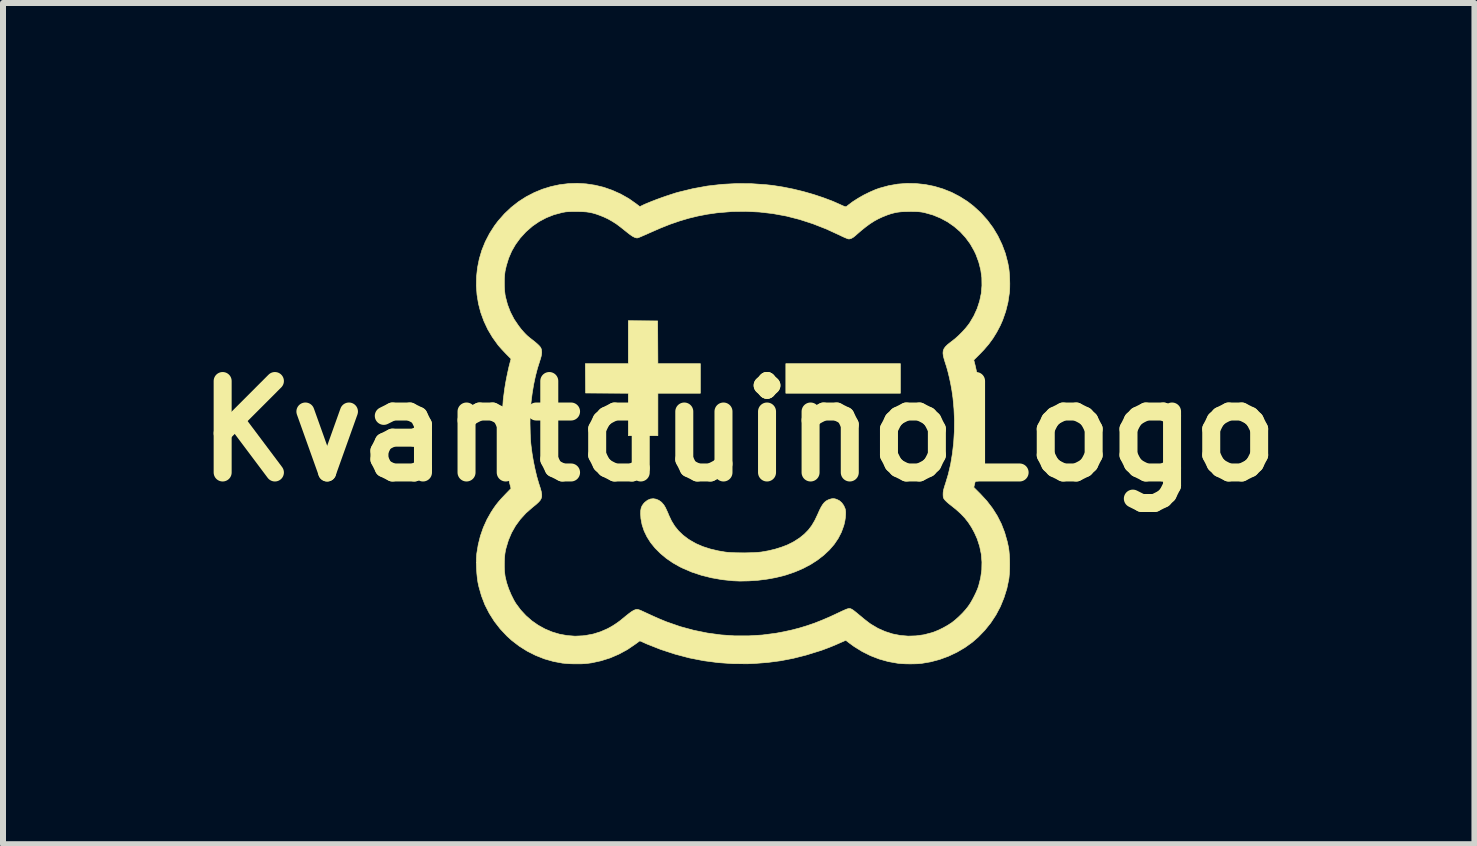
<source format=kicad_pcb>
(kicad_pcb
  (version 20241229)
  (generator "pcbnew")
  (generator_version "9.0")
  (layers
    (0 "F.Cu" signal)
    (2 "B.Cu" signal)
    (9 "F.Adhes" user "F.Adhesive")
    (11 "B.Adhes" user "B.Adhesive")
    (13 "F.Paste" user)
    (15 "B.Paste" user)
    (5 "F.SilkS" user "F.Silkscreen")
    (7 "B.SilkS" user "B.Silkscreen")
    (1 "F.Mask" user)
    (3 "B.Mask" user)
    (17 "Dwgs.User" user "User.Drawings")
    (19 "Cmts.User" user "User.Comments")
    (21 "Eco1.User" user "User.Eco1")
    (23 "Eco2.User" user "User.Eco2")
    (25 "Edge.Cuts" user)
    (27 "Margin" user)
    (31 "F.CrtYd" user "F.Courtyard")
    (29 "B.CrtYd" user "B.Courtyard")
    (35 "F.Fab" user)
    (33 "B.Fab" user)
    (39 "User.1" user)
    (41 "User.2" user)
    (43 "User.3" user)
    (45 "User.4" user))
  (footprint "KvantduinoLogo"
    (layer "F.Cu")
    (at 9.26 4.134)
    (property "Reference" "KvantduinoLogo" (at 0 0 0) (layer "F.SilkS") (effects (font (size 1.524 1.524) (thickness 0.3))))
    (attr through_hole)
    (fp_poly (pts (xy 2.694 -0.631) (xy 0.785 -0.631) (xy 0.785 -1.124) (xy 2.694 -1.124) (xy 2.694 -0.631)) (stroke (width 0.01) (type solid)) (fill yes) (layer "F.SilkS"))
    (fp_poly (pts (xy -1.595 -1.838) (xy -1.351 -1.836) (xy -1.347 -1.124) (xy -0.639 -1.124) (xy -0.639 -0.631) (xy -1.347 -0.631) (xy -1.347 0.077) (xy -1.84 0.077) (xy -1.84 -0.631) (xy -2.552 -0.635) (xy -2.554 -0.879) (xy -2.556 -1.124) (xy -1.84 -1.124) (xy -1.84 -1.84) (xy -1.595 -1.838)) (stroke (width 0.01) (type solid)) (fill yes) (layer "F.SilkS"))
    (fp_poly (pts (xy 1.603 1.128) (xy 1.632 1.137) (xy 1.677 1.159) (xy 1.717 1.194) (xy 1.75 1.24) (xy 1.773 1.293) (xy 1.778 1.314) (xy 1.782 1.347) (xy 1.781 1.391) (xy 1.777 1.442) (xy 1.769 1.496) (xy 1.757 1.55) (xy 1.75 1.576) (xy 1.711 1.684) (xy 1.658 1.787) (xy 1.591 1.886) (xy 1.511 1.979) (xy 1.418 2.066) (xy 1.314 2.147) (xy 1.199 2.221) (xy 1.074 2.287) (xy 0.939 2.345) (xy 0.794 2.395) (xy 0.749 2.408) (xy 0.614 2.441) (xy 0.469 2.467) (xy 0.319 2.486) (xy 0.168 2.496) (xy 0.02 2.499) (xy -0.097 2.494) (xy -0.278 2.475) (xy -0.454 2.444) (xy -0.622 2.402) (xy -0.782 2.349) (xy -0.933 2.284) (xy -0.979 2.262) (xy -1.099 2.194) (xy -1.208 2.119) (xy -1.306 2.037) (xy -1.392 1.951) (xy -1.467 1.859) (xy -1.528 1.763) (xy -1.576 1.664) (xy -1.61 1.562) (xy -1.63 1.458) (xy -1.635 1.374) (xy -1.633 1.321) (xy -1.625 1.279) (xy -1.61 1.244) (xy -1.587 1.211) (xy -1.564 1.186) (xy -1.52 1.152) (xy -1.474 1.132) (xy -1.425 1.126) (xy -1.377 1.134) (xy -1.33 1.154) (xy -1.286 1.186) (xy -1.248 1.23) (xy -1.222 1.273) (xy -1.209 1.301) (xy -1.192 1.337) (xy -1.175 1.376) (xy -1.166 1.399) (xy -1.12 1.497) (xy -1.066 1.584) (xy -1.003 1.662) (xy -0.929 1.733) (xy -0.842 1.799) (xy -0.809 1.82) (xy -0.71 1.876) (xy -0.599 1.924) (xy -0.475 1.964) (xy -0.339 1.996) (xy -0.235 2.014) (xy -0.185 2.02) (xy -0.124 2.024) (xy -0.054 2.027) (xy 0.022 2.028) (xy 0.099 2.029) (xy 0.176 2.027) (xy 0.248 2.025) (xy 0.313 2.021) (xy 0.366 2.016) (xy 0.381 2.014) (xy 0.495 1.994) (xy 0.607 1.967) (xy 0.713 1.934) (xy 0.81 1.897) (xy 0.895 1.855) (xy 0.924 1.839) (xy 1.015 1.78) (xy 1.093 1.717) (xy 1.16 1.649) (xy 1.218 1.573) (xy 1.269 1.486) (xy 1.316 1.387) (xy 1.316 1.387) (xy 1.346 1.319) (xy 1.374 1.264) (xy 1.401 1.221) (xy 1.428 1.188) (xy 1.457 1.164) (xy 1.49 1.146) (xy 1.519 1.135) (xy 1.551 1.127) (xy 1.577 1.125) (xy 1.603 1.128)) (stroke (width 0.01) (type solid)) (fill yes) (layer "F.SilkS"))
    (fp_poly (pts (xy -2.542 -4.12) (xy -2.395 -4.098) (xy -2.25 -4.063) (xy -2.107 -4.013) (xy -1.967 -3.95) (xy -1.832 -3.874) (xy -1.711 -3.789) (xy -1.647 -3.74) (xy -1.617 -3.756) (xy -1.569 -3.779) (xy -1.509 -3.804) (xy -1.44 -3.832) (xy -1.365 -3.861) (xy -1.285 -3.89) (xy -1.205 -3.918) (xy -1.126 -3.944) (xy -1.052 -3.968) (xy -1.001 -3.982) (xy -0.763 -4.04) (xy -0.522 -4.084) (xy -0.279 -4.112) (xy -0.034 -4.125) (xy 0.212 -4.123) (xy 0.457 -4.106) (xy 0.566 -4.094) (xy 0.733 -4.068) (xy 0.904 -4.034) (xy 1.077 -3.992) (xy 1.248 -3.943) (xy 1.413 -3.888) (xy 1.569 -3.829) (xy 1.682 -3.779) (xy 1.721 -3.761) (xy 1.749 -3.749) (xy 1.769 -3.741) (xy 1.783 -3.739) (xy 1.794 -3.742) (xy 1.805 -3.75) (xy 1.82 -3.762) (xy 1.826 -3.767) (xy 1.902 -3.824) (xy 1.99 -3.88) (xy 2.084 -3.934) (xy 2.182 -3.982) (xy 2.278 -4.024) (xy 2.346 -4.048) (xy 2.496 -4.089) (xy 2.648 -4.116) (xy 2.802 -4.128) (xy 2.955 -4.125) (xy 3.108 -4.109) (xy 3.258 -4.079) (xy 3.405 -4.035) (xy 3.548 -3.978) (xy 3.684 -3.907) (xy 3.815 -3.824) (xy 3.914 -3.747) (xy 4.034 -3.637) (xy 4.141 -3.518) (xy 4.236 -3.39) (xy 4.318 -3.254) (xy 4.387 -3.11) (xy 4.443 -2.961) (xy 4.484 -2.804) (xy 4.499 -2.725) (xy 4.506 -2.669) (xy 4.512 -2.603) (xy 4.515 -2.531) (xy 4.517 -2.458) (xy 4.516 -2.388) (xy 4.513 -2.327) (xy 4.511 -2.309) (xy 4.487 -2.149) (xy 4.449 -1.996) (xy 4.398 -1.85) (xy 4.358 -1.759) (xy 4.299 -1.647) (xy 4.236 -1.545) (xy 4.166 -1.449) (xy 4.086 -1.356) (xy 4.016 -1.283) (xy 3.917 -1.185) (xy 3.94 -1.095) (xy 3.986 -0.888) (xy 4.023 -0.674) (xy 4.048 -0.455) (xy 4.056 -0.35) (xy 4.063 -0.127) (xy 4.056 0.1) (xy 4.035 0.33) (xy 4.001 0.561) (xy 3.953 0.792) (xy 3.944 0.828) (xy 3.917 0.937) (xy 4.024 1.044) (xy 4.133 1.162) (xy 4.227 1.284) (xy 4.308 1.412) (xy 4.376 1.546) (xy 4.431 1.688) (xy 4.474 1.839) (xy 4.497 1.943) (xy 4.504 1.999) (xy 4.51 2.065) (xy 4.514 2.139) (xy 4.515 2.217) (xy 4.514 2.294) (xy 4.511 2.367) (xy 4.505 2.432) (xy 4.501 2.466) (xy 4.468 2.624) (xy 4.42 2.777) (xy 4.36 2.924) (xy 4.286 3.064) (xy 4.199 3.196) (xy 4.1 3.319) (xy 3.99 3.433) (xy 3.891 3.519) (xy 3.768 3.607) (xy 3.635 3.685) (xy 3.495 3.751) (xy 3.348 3.805) (xy 3.197 3.845) (xy 3.044 3.871) (xy 3.041 3.871) (xy 2.988 3.876) (xy 2.926 3.878) (xy 2.857 3.879) (xy 2.787 3.878) (xy 2.72 3.875) (xy 2.661 3.87) (xy 2.642 3.867) (xy 2.491 3.84) (xy 2.341 3.798) (xy 2.196 3.742) (xy 2.056 3.672) (xy 1.922 3.589) (xy 1.848 3.535) (xy 1.784 3.486) (xy 1.679 3.532) (xy 1.611 3.562) (xy 1.553 3.586) (xy 1.501 3.607) (xy 1.45 3.626) (xy 1.397 3.646) (xy 1.339 3.665) (xy 1.123 3.732) (xy 0.91 3.786) (xy 0.697 3.827) (xy 0.483 3.855) (xy 0.263 3.872) (xy 0.146 3.877) (xy -0.098 3.875) (xy -0.341 3.858) (xy -0.584 3.826) (xy -0.824 3.779) (xy -1.062 3.716) (xy -1.298 3.639) (xy -1.531 3.547) (xy -1.595 3.518) (xy -1.648 3.495) (xy -1.719 3.547) (xy -1.854 3.639) (xy -1.996 3.716) (xy -2.142 3.779) (xy -2.294 3.827) (xy -2.45 3.861) (xy -2.524 3.871) (xy -2.57 3.875) (xy -2.626 3.878) (xy -2.689 3.878) (xy -2.755 3.878) (xy -2.819 3.876) (xy -2.878 3.872) (xy -2.927 3.867) (xy -2.933 3.867) (xy -3.088 3.838) (xy -3.239 3.795) (xy -3.385 3.737) (xy -3.526 3.666) (xy -3.659 3.582) (xy -3.784 3.486) (xy -3.863 3.414) (xy -3.974 3.296) (xy -4.072 3.17) (xy -4.157 3.036) (xy -4.229 2.895) (xy -4.286 2.747) (xy -4.33 2.593) (xy -4.346 2.519) (xy -4.356 2.45) (xy -4.364 2.371) (xy -4.369 2.287) (xy -4.372 2.203) (xy -4.371 2.123) (xy -4.366 2.053) (xy -4.365 2.04) (xy -4.341 1.894) (xy -4.305 1.749) (xy -4.256 1.608) (xy -4.195 1.473) (xy -4.126 1.351) (xy -4.085 1.288) (xy -4.046 1.233) (xy -4.005 1.181) (xy -3.959 1.128) (xy -3.905 1.071) (xy -3.892 1.057) (xy -3.794 0.956) (xy -3.817 0.869) (xy -3.869 0.644) (xy -3.907 0.414) (xy -3.932 0.181) (xy -3.943 -0.055) (xy -3.94 -0.29) (xy -3.924 -0.523) (xy -3.901 -0.7) (xy -3.886 -0.793) (xy -3.868 -0.89) (xy -3.848 -0.985) (xy -3.828 -1.075) (xy -3.818 -1.114) (xy -3.794 -1.204) (xy -3.878 -1.289) (xy -3.912 -1.325) (xy -3.948 -1.363) (xy -3.98 -1.399) (xy -4.007 -1.43) (xy -4.011 -1.435) (xy -4.103 -1.563) (xy -4.182 -1.696) (xy -4.247 -1.835) (xy -4.299 -1.978) (xy -4.337 -2.124) (xy -4.361 -2.272) (xy -4.372 -2.422) (xy -4.371 -2.477) (xy -3.906 -2.477) (xy -3.905 -2.406) (xy -3.901 -2.337) (xy -3.894 -2.276) (xy -3.888 -2.242) (xy -3.853 -2.109) (xy -3.805 -1.984) (xy -3.744 -1.866) (xy -3.668 -1.754) (xy -3.621 -1.693) (xy -3.584 -1.651) (xy -3.552 -1.617) (xy -3.52 -1.586) (xy -3.483 -1.555) (xy -3.452 -1.531) (xy -3.401 -1.491) (xy -3.361 -1.457) (xy -3.331 -1.429) (xy -3.309 -1.404) (xy -3.295 -1.381) (xy -3.287 -1.357) (xy -3.284 -1.331) (xy -3.283 -1.308) (xy -3.286 -1.279) (xy -3.292 -1.247) (xy -3.303 -1.208) (xy -3.316 -1.166) (xy -3.354 -1.046) (xy -3.388 -0.915) (xy -3.418 -0.774) (xy -3.442 -0.628) (xy -3.461 -0.478) (xy -3.472 -0.354) (xy -3.476 -0.288) (xy -3.477 -0.211) (xy -3.478 -0.127) (xy -3.476 -0.04) (xy -3.474 0.046) (xy -3.47 0.128) (xy -3.465 0.2) (xy -3.46 0.246) (xy -3.443 0.376) (xy -3.421 0.506) (xy -3.395 0.631) (xy -3.367 0.75) (xy -3.336 0.858) (xy -3.325 0.893) (xy -3.304 0.957) (xy -3.29 1.01) (xy -3.283 1.053) (xy -3.283 1.09) (xy -3.292 1.123) (xy -3.31 1.155) (xy -3.339 1.187) (xy -3.378 1.223) (xy -3.429 1.264) (xy -3.441 1.274) (xy -3.547 1.367) (xy -3.639 1.468) (xy -3.719 1.577) (xy -3.785 1.693) (xy -3.838 1.818) (xy -3.878 1.951) (xy -3.888 1.994) (xy -3.897 2.049) (xy -3.903 2.116) (xy -3.906 2.188) (xy -3.906 2.262) (xy -3.903 2.334) (xy -3.896 2.397) (xy -3.892 2.425) (xy -3.869 2.523) (xy -3.835 2.625) (xy -3.793 2.725) (xy -3.746 2.819) (xy -3.715 2.871) (xy -3.636 2.978) (xy -3.547 3.074) (xy -3.449 3.16) (xy -3.343 3.234) (xy -3.229 3.297) (xy -3.11 3.347) (xy -2.986 3.384) (xy -2.858 3.407) (xy -2.728 3.417) (xy -2.598 3.411) (xy -2.555 3.406) (xy -2.426 3.382) (xy -2.304 3.344) (xy -2.185 3.292) (xy -2.139 3.267) (xy -2.096 3.242) (xy -2.056 3.216) (xy -2.015 3.188) (xy -1.972 3.156) (xy -1.923 3.116) (xy -1.882 3.082) (xy -1.83 3.041) (xy -1.788 3.01) (xy -1.752 2.988) (xy -1.723 2.976) (xy -1.697 2.971) (xy -1.694 2.971) (xy -1.67 2.975) (xy -1.638 2.986) (xy -1.601 3.003) (xy -1.536 3.033) (xy -1.467 3.065) (xy -1.396 3.097) (xy -1.328 3.127) (xy -1.265 3.153) (xy -1.212 3.175) (xy -1.196 3.181) (xy -0.974 3.258) (xy -0.749 3.319) (xy -0.523 3.365) (xy -0.295 3.396) (xy -0.066 3.412) (xy 0.164 3.412) (xy 0.393 3.398) (xy 0.623 3.368) (xy 0.75 3.344) (xy 0.883 3.315) (xy 1.01 3.282) (xy 1.135 3.244) (xy 1.261 3.201) (xy 1.39 3.15) (xy 1.525 3.092) (xy 1.666 3.026) (xy 1.723 2.999) (xy 1.768 2.979) (xy 1.802 2.965) (xy 1.826 2.958) (xy 1.84 2.956) (xy 1.854 2.957) (xy 1.868 2.961) (xy 1.885 2.969) (xy 1.907 2.983) (xy 1.933 3.003) (xy 1.968 3.031) (xy 2.011 3.067) (xy 2.038 3.089) (xy 2.077 3.122) (xy 2.119 3.155) (xy 2.159 3.186) (xy 2.193 3.211) (xy 2.205 3.219) (xy 2.32 3.287) (xy 2.44 3.34) (xy 2.565 3.38) (xy 2.693 3.405) (xy 2.823 3.416) (xy 2.954 3.412) (xy 3.085 3.394) (xy 3.215 3.36) (xy 3.252 3.348) (xy 3.326 3.318) (xy 3.404 3.28) (xy 3.481 3.237) (xy 3.549 3.193) (xy 3.552 3.191) (xy 3.609 3.146) (xy 3.669 3.092) (xy 3.728 3.034) (xy 3.782 2.974) (xy 3.827 2.917) (xy 3.828 2.915) (xy 3.86 2.868) (xy 3.893 2.811) (xy 3.925 2.75) (xy 3.955 2.688) (xy 3.98 2.63) (xy 3.997 2.582) (xy 4.031 2.448) (xy 4.05 2.315) (xy 4.053 2.182) (xy 4.042 2.05) (xy 4.015 1.92) (xy 3.974 1.794) (xy 3.928 1.692) (xy 3.879 1.602) (xy 3.826 1.521) (xy 3.766 1.445) (xy 3.697 1.373) (xy 3.618 1.302) (xy 3.534 1.235) (xy 3.501 1.209) (xy 3.471 1.183) (xy 3.446 1.159) (xy 3.43 1.141) (xy 3.429 1.14) (xy 3.417 1.122) (xy 3.41 1.105) (xy 3.407 1.085) (xy 3.406 1.056) (xy 3.406 1.048) (xy 3.407 1.022) (xy 3.41 0.998) (xy 3.416 0.971) (xy 3.425 0.939) (xy 3.438 0.897) (xy 3.446 0.874) (xy 3.493 0.717) (xy 3.532 0.549) (xy 3.561 0.373) (xy 3.582 0.191) (xy 3.593 0.006) (xy 3.595 -0.182) (xy 3.587 -0.369) (xy 3.57 -0.554) (xy 3.552 -0.68) (xy 3.533 -0.785) (xy 3.511 -0.889) (xy 3.487 -0.988) (xy 3.462 -1.078) (xy 3.443 -1.135) (xy 3.423 -1.201) (xy 3.409 -1.255) (xy 3.404 -1.301) (xy 3.408 -1.34) (xy 3.422 -1.375) (xy 3.446 -1.408) (xy 3.482 -1.443) (xy 3.53 -1.481) (xy 3.551 -1.497) (xy 3.607 -1.541) (xy 3.665 -1.593) (xy 3.723 -1.651) (xy 3.777 -1.71) (xy 3.823 -1.767) (xy 3.848 -1.801) (xy 3.918 -1.919) (xy 3.974 -2.042) (xy 4.015 -2.168) (xy 4.042 -2.296) (xy 4.053 -2.426) (xy 4.051 -2.557) (xy 4.033 -2.687) (xy 4 -2.816) (xy 3.953 -2.943) (xy 3.924 -3.004) (xy 3.858 -3.12) (xy 3.779 -3.227) (xy 3.69 -3.324) (xy 3.59 -3.41) (xy 3.481 -3.486) (xy 3.364 -3.549) (xy 3.239 -3.601) (xy 3.108 -3.638) (xy 3.074 -3.646) (xy 3.043 -3.651) (xy 3.009 -3.655) (xy 2.97 -3.658) (xy 2.921 -3.659) (xy 2.861 -3.66) (xy 2.852 -3.659) (xy 2.774 -3.658) (xy 2.707 -3.655) (xy 2.648 -3.648) (xy 2.592 -3.637) (xy 2.536 -3.622) (xy 2.476 -3.602) (xy 2.469 -3.599) (xy 2.396 -3.57) (xy 2.327 -3.538) (xy 2.259 -3.501) (xy 2.19 -3.457) (xy 2.119 -3.405) (xy 2.043 -3.344) (xy 1.96 -3.272) (xy 1.947 -3.26) (xy 1.908 -3.229) (xy 1.874 -3.21) (xy 1.842 -3.202) (xy 1.833 -3.202) (xy 1.819 -3.205) (xy 1.793 -3.215) (xy 1.759 -3.229) (xy 1.718 -3.248) (xy 1.681 -3.266) (xy 1.459 -3.368) (xy 1.237 -3.455) (xy 1.015 -3.527) (xy 0.793 -3.584) (xy 0.569 -3.625) (xy 0.345 -3.651) (xy 0.119 -3.662) (xy -0.108 -3.659) (xy -0.338 -3.64) (xy -0.367 -3.637) (xy -0.526 -3.614) (xy -0.681 -3.584) (xy -0.834 -3.547) (xy -0.988 -3.501) (xy -1.145 -3.447) (xy -1.308 -3.382) (xy -1.479 -3.307) (xy -1.493 -3.301) (xy -1.541 -3.279) (xy -1.586 -3.26) (xy -1.625 -3.243) (xy -1.656 -3.23) (xy -1.677 -3.222) (xy -1.683 -3.22) (xy -1.706 -3.22) (xy -1.733 -3.228) (xy -1.767 -3.245) (xy -1.807 -3.272) (xy -1.855 -3.309) (xy -1.89 -3.337) (xy -1.969 -3.4) (xy -2.041 -3.454) (xy -2.111 -3.498) (xy -2.18 -3.537) (xy -2.251 -3.57) (xy -2.314 -3.595) (xy -2.375 -3.617) (xy -2.43 -3.633) (xy -2.484 -3.645) (xy -2.54 -3.653) (xy -2.603 -3.657) (xy -2.675 -3.659) (xy -2.709 -3.659) (xy -2.767 -3.659) (xy -2.813 -3.658) (xy -2.849 -3.656) (xy -2.881 -3.654) (xy -2.909 -3.649) (xy -2.939 -3.644) (xy -2.945 -3.642) (xy -3.08 -3.606) (xy -3.206 -3.556) (xy -3.325 -3.493) (xy -3.436 -3.417) (xy -3.537 -3.329) (xy -3.549 -3.318) (xy -3.641 -3.217) (xy -3.719 -3.111) (xy -3.783 -3) (xy -3.834 -2.882) (xy -3.873 -2.755) (xy -3.893 -2.667) (xy -3.9 -2.613) (xy -3.905 -2.548) (xy -3.906 -2.477) (xy -4.371 -2.477) (xy -4.369 -2.572) (xy -4.353 -2.722) (xy -4.323 -2.87) (xy -4.28 -3.015) (xy -4.223 -3.156) (xy -4.152 -3.293) (xy -4.068 -3.424) (xy -4.009 -3.502) (xy -3.904 -3.621) (xy -3.791 -3.728) (xy -3.67 -3.823) (xy -3.542 -3.905) (xy -3.409 -3.974) (xy -3.271 -4.031) (xy -3.129 -4.075) (xy -2.985 -4.106) (xy -2.838 -4.124) (xy -2.69 -4.129) (xy -2.542 -4.12)) (stroke (width 0.01) (type solid)) (fill yes) (layer "F.SilkS")))
  (gr_rect
    (start -3 -3)
    (end 21.52 11.018)
    (stroke (width 0.1) (type default))
    (fill no)
    (layer "Edge.Cuts")))
</source>
